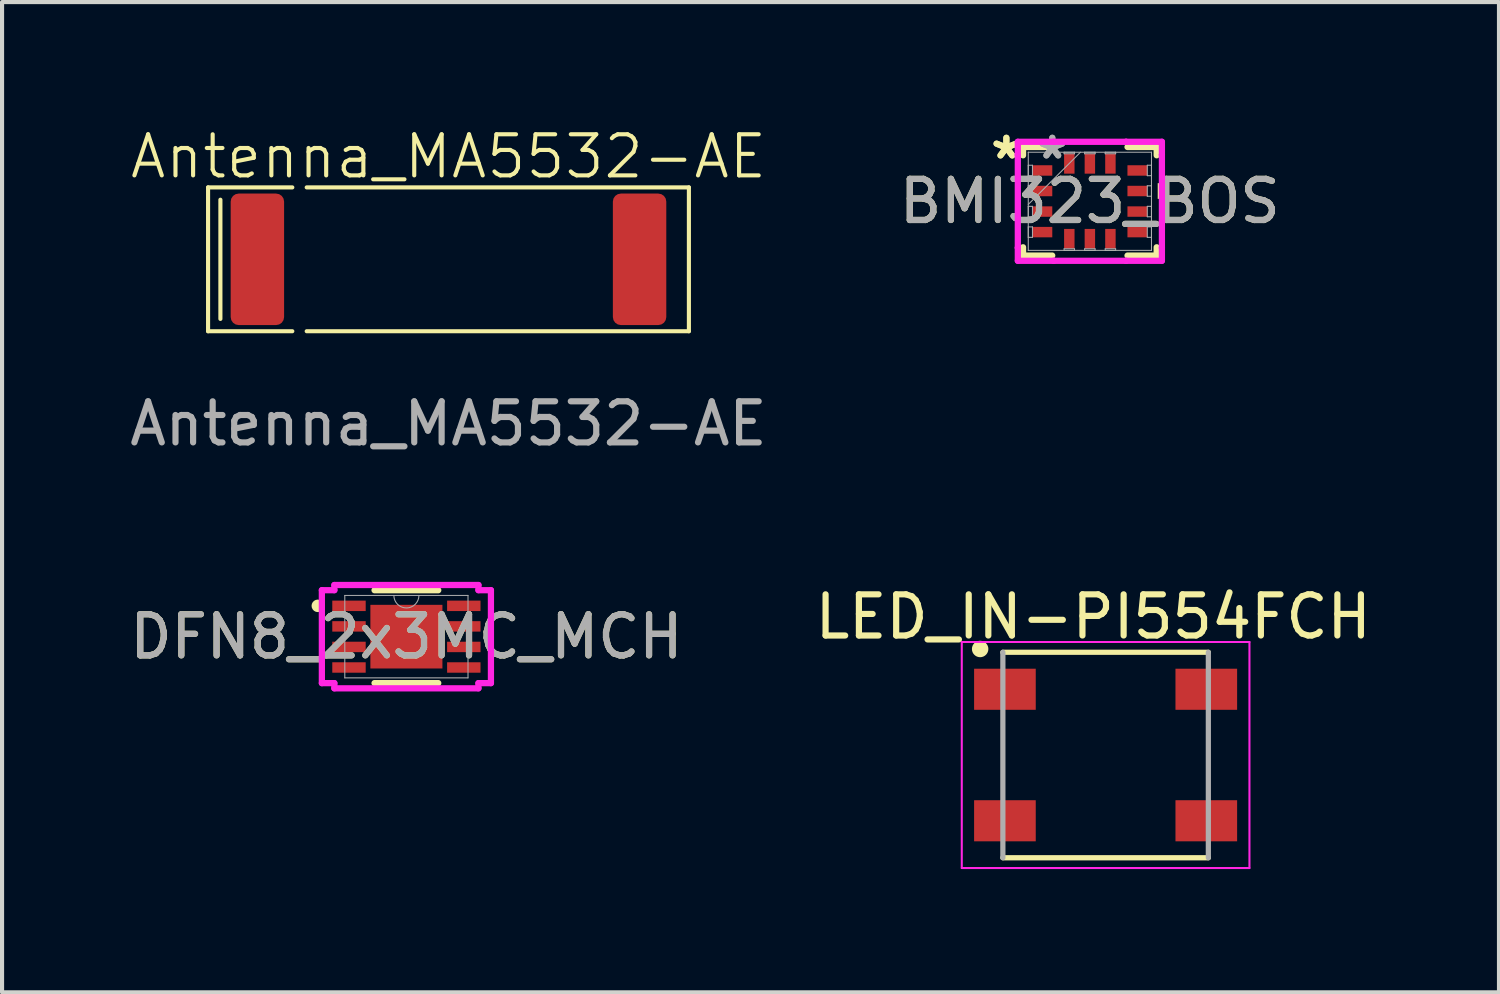
<source format=kicad_pcb>
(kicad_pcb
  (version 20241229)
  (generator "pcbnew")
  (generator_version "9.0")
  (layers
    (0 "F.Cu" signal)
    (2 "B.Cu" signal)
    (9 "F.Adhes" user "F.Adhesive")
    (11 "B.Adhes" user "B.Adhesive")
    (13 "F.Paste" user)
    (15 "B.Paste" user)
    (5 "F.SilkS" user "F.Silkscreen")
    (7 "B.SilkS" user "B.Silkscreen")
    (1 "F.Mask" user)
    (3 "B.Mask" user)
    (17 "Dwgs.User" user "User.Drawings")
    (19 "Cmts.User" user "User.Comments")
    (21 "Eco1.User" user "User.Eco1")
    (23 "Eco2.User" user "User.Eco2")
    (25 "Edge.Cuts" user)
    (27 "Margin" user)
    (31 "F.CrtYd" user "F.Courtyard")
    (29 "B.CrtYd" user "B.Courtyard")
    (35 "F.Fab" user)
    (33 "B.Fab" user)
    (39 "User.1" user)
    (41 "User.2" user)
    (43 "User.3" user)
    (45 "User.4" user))
  (footprint "Antenna_MA5532-AE"
    (layer "F.Cu")
    (at 7.863 3.26)
    (property "Reference" "Antenna_MA5532-AE" (at 0 -2.5 0) (unlocked yes) (layer "F.SilkS") (effects (font (size 1 1) (thickness 0.1))))
    (attr smd)
    (fp_line (start -5.85 -1.75) (end -5.85 1.75) (stroke (width 0.1) (type default)) (layer "F.SilkS"))
    (fp_line (start -5.85 -1.75) (end -3.8 -1.75) (stroke (width 0.1) (type default)) (layer "F.SilkS"))
    (fp_line (start -5.55 -1.45) (end -5.55 1.45) (stroke (width 0.1) (type default)) (layer "F.SilkS"))
    (fp_line (start -3.8 1.75) (end -5.85 1.75) (stroke (width 0.1) (type default)) (layer "F.SilkS"))
    (fp_line (start -3.45 -1.75) (end 5.85 -1.75) (stroke (width 0.1) (type default)) (layer "F.SilkS"))
    (fp_line (start 5.85 -1.75) (end 5.85 1.75) (stroke (width 0.1) (type default)) (layer "F.SilkS"))
    (fp_line (start 5.85 1.75) (end -3.45 1.75) (stroke (width 0.1) (type default)) (layer "F.SilkS"))
    (fp_text user "${REFERENCE}" (at 0 4 0) (unlocked yes) (layer "F.Fab") (effects (font (size 1 1) (thickness 0.15))))
    (pad "1" smd roundrect (at -4.65 0) (size 1.3 3.2) (layers "F.Cu" "F.Mask" "F.Paste") (roundrect_rratio 0.15))
    (pad "2" smd roundrect (at 4.65 0) (size 1.3 3.2) (layers "F.Cu" "F.Mask" "F.Paste") (roundrect_rratio 0.15)))
  (footprint "LED_IN-PI554FCH"
    (layer "F.Cu")
    (at 23.853 15.322)
    (property "Reference" "LED_IN-PI554FCH" (at -0.301 -3.364 0) (layer "F.SilkS") (effects (font (size 1.002 1.002) (thickness 0.15))))
    (attr smd)
    (fp_line (start -2.5 -2.5) (end 2.5 -2.5) (stroke (width 0.127) (type solid)) (layer "F.SilkS"))
    (fp_line (start 2.5 2.5) (end -2.5 2.5) (stroke (width 0.127) (type solid)) (layer "F.SilkS"))
    (fp_circle (center -3.053 -2.58) (end -2.853 -2.58) (stroke (width 0) (type solid)) (fill yes) (layer "F.SilkS"))
    (fp_line (start -3.5 -2.75) (end 3.5 -2.75) (stroke (width 0.05) (type solid)) (layer "F.CrtYd"))
    (fp_line (start -3.5 2.75) (end -3.5 -2.75) (stroke (width 0.05) (type solid)) (layer "F.CrtYd"))
    (fp_line (start 3.5 -2.75) (end 3.5 2.75) (stroke (width 0.05) (type solid)) (layer "F.CrtYd"))
    (fp_line (start 3.5 2.75) (end -3.5 2.75) (stroke (width 0.05) (type solid)) (layer "F.CrtYd"))
    (fp_line (start -2.5 -2.5) (end -2.5 2.5) (stroke (width 0.127) (type solid)) (layer "F.Fab"))
    (fp_line (start 2.5 -2.5) (end 2.5 2.5) (stroke (width 0.127) (type solid)) (layer "F.Fab"))
    (pad "1" smd rect (at -2.45 -1.6) (size 1.5 1) (layers "F.Cu" "F.Mask" "F.Paste"))
    (pad "2" smd rect (at -2.45 1.6) (size 1.5 1) (layers "F.Cu" "F.Mask" "F.Paste"))
    (pad "3" smd rect (at 2.45 1.6) (size 1.5 1) (layers "F.Cu" "F.Mask" "F.Paste"))
    (pad "4" smd rect (at 2.45 -1.6) (size 1.5 1) (layers "F.Cu" "F.Mask" "F.Paste")))
  (footprint "DFN8_2x3MC_MCH"
    (layer "F.Cu")
    (at 6.839 12.442)
    (property "Reference" "DFN8_2x3MC_MCH" (at 0 0 0) (unlocked yes) (layer "F.SilkS") (effects (font (size 1 1) (thickness 0.15))))
    (attr smd)
    (fp_line (start -0.775 1.13) (end 0.775 1.13) (stroke (width 0.152) (type solid)) (layer "F.SilkS"))
    (fp_line (start 0.775 -1.13) (end -0.775 -1.13) (stroke (width 0.152) (type solid)) (layer "F.SilkS"))
    (fp_arc (start -2.13614 -0.676171) (mid -2.2312 -0.75) (end -2.13614 -0.823829) (stroke (width 0.1524) (type solid)) (layer "F.SilkS"))
    (fp_line (start -2.057 -1.131) (end -1.753 -1.131) (stroke (width 0.152) (type solid)) (layer "F.CrtYd"))
    (fp_line (start -2.057 1.131) (end -2.057 -1.131) (stroke (width 0.152) (type solid)) (layer "F.CrtYd"))
    (fp_line (start -2.057 1.131) (end -1.753 1.131) (stroke (width 0.152) (type solid)) (layer "F.CrtYd"))
    (fp_line (start -1.753 -1.257) (end 1.753 -1.257) (stroke (width 0.152) (type solid)) (layer "F.CrtYd"))
    (fp_line (start -1.753 -1.131) (end -1.753 -1.257) (stroke (width 0.152) (type solid)) (layer "F.CrtYd"))
    (fp_line (start -1.753 1.257) (end -1.753 1.131) (stroke (width 0.152) (type solid)) (layer "F.CrtYd"))
    (fp_line (start 1.753 -1.257) (end 1.753 -1.131) (stroke (width 0.152) (type solid)) (layer "F.CrtYd"))
    (fp_line (start 1.753 1.131) (end 1.753 1.257) (stroke (width 0.152) (type solid)) (layer "F.CrtYd"))
    (fp_line (start 1.753 1.257) (end -1.753 1.257) (stroke (width 0.152) (type solid)) (layer "F.CrtYd"))
    (fp_line (start 2.057 -1.131) (end 1.753 -1.131) (stroke (width 0.152) (type solid)) (layer "F.CrtYd"))
    (fp_line (start 2.057 -1.131) (end 2.057 1.131) (stroke (width 0.152) (type solid)) (layer "F.CrtYd"))
    (fp_line (start 2.057 1.131) (end 1.753 1.131) (stroke (width 0.152) (type solid)) (layer "F.CrtYd"))
    (fp_line (start -1.499 -1.003) (end -1.499 1.003) (stroke (width 0.025) (type solid)) (layer "F.Fab"))
    (fp_line (start -1.499 1.003) (end 1.499 1.003) (stroke (width 0.025) (type solid)) (layer "F.Fab"))
    (fp_line (start 1.499 -1.003) (end -1.499 -1.003) (stroke (width 0.025) (type solid)) (layer "F.Fab"))
    (fp_line (start 1.499 1.003) (end 1.499 -1.003) (stroke (width 0.025) (type solid)) (layer "F.Fab"))
    (fp_arc (start 0.3048 -1.0033) (mid 0 -0.6985) (end -0.3048 -1.0033) (stroke (width 0.0254) (type solid)) (layer "F.Fab"))
    (fp_text user "${REFERENCE}" (at 0 0 0) (unlocked yes) (layer "F.Fab") (effects (font (size 1 1) (thickness 0.15))))
    (pad "1" smd rect (at -1.397 -0.75) (size 0.813 0.254) (layers "F.Cu" "F.Mask" "F.Paste"))
    (pad "2" smd rect (at -1.397 -0.25) (size 0.813 0.254) (layers "F.Cu" "F.Mask" "F.Paste"))
    (pad "3" smd rect (at -1.397 0.25) (size 0.813 0.254) (layers "F.Cu" "F.Mask" "F.Paste"))
    (pad "4" smd rect (at -1.397 0.75) (size 0.813 0.254) (layers "F.Cu" "F.Mask" "F.Paste"))
    (pad "5" smd rect (at 1.397 0.75) (size 0.813 0.254) (layers "F.Cu" "F.Mask" "F.Paste"))
    (pad "6" smd rect (at 1.397 0.25) (size 0.813 0.254) (layers "F.Cu" "F.Mask" "F.Paste"))
    (pad "7" smd rect (at 1.397 -0.25) (size 0.813 0.254) (layers "F.Cu" "F.Mask" "F.Paste"))
    (pad "8" smd rect (at 1.397 -0.75) (size 0.813 0.254) (layers "F.Cu" "F.Mask" "F.Paste"))
    (pad "9" smd rect (at 0 0) (size 1.753 1.549) (layers "F.Cu" "F.Mask" "F.Paste")))
  (footprint "BMI323_BOS"
    (layer "F.Cu")
    (at 23.47 1.848)
    (property "Reference" "BMI323_BOS" (at 0 0 0) (unlocked yes) (layer "F.SilkS") (effects (font (size 1 1) (thickness 0.15))))
    (attr smd)
    (fp_line (start -1.626 -1.321) (end -1.626 -1.119) (stroke (width 0.152) (type solid)) (layer "F.SilkS"))
    (fp_line (start -1.626 1.119) (end -1.626 1.321) (stroke (width 0.152) (type solid)) (layer "F.SilkS"))
    (fp_line (start -1.626 1.321) (end -0.916 1.321) (stroke (width 0.152) (type solid)) (layer "F.SilkS"))
    (fp_line (start -0.916 -1.321) (end -1.626 -1.321) (stroke (width 0.152) (type solid)) (layer "F.SilkS"))
    (fp_line (start 0.916 1.321) (end 1.626 1.321) (stroke (width 0.152) (type solid)) (layer "F.SilkS"))
    (fp_line (start 1.626 -1.321) (end 0.916 -1.321) (stroke (width 0.152) (type solid)) (layer "F.SilkS"))
    (fp_line (start 1.626 -1.119) (end 1.626 -1.321) (stroke (width 0.152) (type solid)) (layer "F.SilkS"))
    (fp_line (start 1.626 1.321) (end 1.626 1.119) (stroke (width 0.152) (type solid)) (layer "F.SilkS"))
    (fp_poly (pts (xy 1.905 -0.441) (xy 1.905 -0.059) (xy 1.651 -0.059) (xy 1.651 -0.441)) (stroke (width 0) (type solid)) (fill yes) (layer "F.SilkS"))
    (fp_line (start -1.753 -1.448) (end -0.881 -1.448) (stroke (width 0.152) (type solid)) (layer "F.CrtYd"))
    (fp_line (start -1.753 -1.131) (end -1.753 -1.448) (stroke (width 0.152) (type solid)) (layer "F.CrtYd"))
    (fp_line (start -1.753 -1.131) (end -1.753 -1.131) (stroke (width 0.152) (type solid)) (layer "F.CrtYd"))
    (fp_line (start -1.753 1.131) (end -1.753 -1.131) (stroke (width 0.152) (type solid)) (layer "F.CrtYd"))
    (fp_line (start -1.753 1.131) (end -1.753 1.131) (stroke (width 0.152) (type solid)) (layer "F.CrtYd"))
    (fp_line (start -1.753 1.448) (end -1.753 1.131) (stroke (width 0.152) (type solid)) (layer "F.CrtYd"))
    (fp_line (start -0.881 -1.448) (end -0.881 -1.448) (stroke (width 0.152) (type solid)) (layer "F.CrtYd"))
    (fp_line (start -0.881 -1.448) (end 0.881 -1.448) (stroke (width 0.152) (type solid)) (layer "F.CrtYd"))
    (fp_line (start -0.881 1.448) (end -1.753 1.448) (stroke (width 0.152) (type solid)) (layer "F.CrtYd"))
    (fp_line (start -0.881 1.448) (end -0.881 1.448) (stroke (width 0.152) (type solid)) (layer "F.CrtYd"))
    (fp_line (start 0.881 -1.448) (end 0.881 -1.448) (stroke (width 0.152) (type solid)) (layer "F.CrtYd"))
    (fp_line (start 0.881 -1.448) (end 1.753 -1.448) (stroke (width 0.152) (type solid)) (layer "F.CrtYd"))
    (fp_line (start 0.881 1.448) (end -0.881 1.448) (stroke (width 0.152) (type solid)) (layer "F.CrtYd"))
    (fp_line (start 0.881 1.448) (end 0.881 1.448) (stroke (width 0.152) (type solid)) (layer "F.CrtYd"))
    (fp_line (start 1.753 -1.448) (end 1.753 -1.131) (stroke (width 0.152) (type solid)) (layer "F.CrtYd"))
    (fp_line (start 1.753 -1.131) (end 1.753 -1.131) (stroke (width 0.152) (type solid)) (layer "F.CrtYd"))
    (fp_line (start 1.753 -1.131) (end 1.753 1.131) (stroke (width 0.152) (type solid)) (layer "F.CrtYd"))
    (fp_line (start 1.753 1.131) (end 1.753 1.131) (stroke (width 0.152) (type solid)) (layer "F.CrtYd"))
    (fp_line (start 1.753 1.131) (end 1.753 1.448) (stroke (width 0.152) (type solid)) (layer "F.CrtYd"))
    (fp_line (start 1.753 1.448) (end 0.881 1.448) (stroke (width 0.152) (type solid)) (layer "F.CrtYd"))
    (fp_line (start -1.499 -1.194) (end -1.499 -1.194) (stroke (width 0.025) (type solid)) (layer "F.Fab"))
    (fp_line (start -1.499 -1.194) (end -1.499 1.194) (stroke (width 0.025) (type solid)) (layer "F.Fab"))
    (fp_line (start -1.499 -0.877) (end -1.397 -0.877) (stroke (width 0.025) (type solid)) (layer "F.Fab"))
    (fp_line (start -1.499 -0.623) (end -1.499 -0.877) (stroke (width 0.025) (type solid)) (layer "F.Fab"))
    (fp_line (start -1.499 -0.377) (end -1.397 -0.377) (stroke (width 0.025) (type solid)) (layer "F.Fab"))
    (fp_line (start -1.499 -0.123) (end -1.499 -0.377) (stroke (width 0.025) (type solid)) (layer "F.Fab"))
    (fp_line (start -1.499 0.076) (end -0.229 -1.194) (stroke (width 0.025) (type solid)) (layer "F.Fab"))
    (fp_line (start -1.499 0.123) (end -1.397 0.123) (stroke (width 0.025) (type solid)) (layer "F.Fab"))
    (fp_line (start -1.499 0.377) (end -1.499 0.123) (stroke (width 0.025) (type solid)) (layer "F.Fab"))
    (fp_line (start -1.499 0.623) (end -1.397 0.623) (stroke (width 0.025) (type solid)) (layer "F.Fab"))
    (fp_line (start -1.499 0.877) (end -1.499 0.623) (stroke (width 0.025) (type solid)) (layer "F.Fab"))
    (fp_line (start -1.499 1.194) (end -1.499 1.194) (stroke (width 0.025) (type solid)) (layer "F.Fab"))
    (fp_line (start -1.499 1.194) (end 1.499 1.194) (stroke (width 0.025) (type solid)) (layer "F.Fab"))
    (fp_line (start -1.397 -0.877) (end -1.397 -0.623) (stroke (width 0.025) (type solid)) (layer "F.Fab"))
    (fp_line (start -1.397 -0.623) (end -1.499 -0.623) (stroke (width 0.025) (type solid)) (layer "F.Fab"))
    (fp_line (start -1.397 -0.377) (end -1.397 -0.123) (stroke (width 0.025) (type solid)) (layer "F.Fab"))
    (fp_line (start -1.397 -0.123) (end -1.499 -0.123) (stroke (width 0.025) (type solid)) (layer "F.Fab"))
    (fp_line (start -1.397 0.123) (end -1.397 0.377) (stroke (width 0.025) (type solid)) (layer "F.Fab"))
    (fp_line (start -1.397 0.377) (end -1.499 0.377) (stroke (width 0.025) (type solid)) (layer "F.Fab"))
    (fp_line (start -1.397 0.623) (end -1.397 0.877) (stroke (width 0.025) (type solid)) (layer "F.Fab"))
    (fp_line (start -1.397 0.877) (end -1.499 0.877) (stroke (width 0.025) (type solid)) (layer "F.Fab"))
    (fp_line (start -0.627 -1.194) (end -0.373 -1.194) (stroke (width 0.025) (type solid)) (layer "F.Fab"))
    (fp_line (start -0.627 -1.156) (end -0.627 -1.194) (stroke (width 0.025) (type solid)) (layer "F.Fab"))
    (fp_line (start -0.627 1.156) (end -0.373 1.156) (stroke (width 0.025) (type solid)) (layer "F.Fab"))
    (fp_line (start -0.627 1.194) (end -0.627 1.156) (stroke (width 0.025) (type solid)) (layer "F.Fab"))
    (fp_line (start -0.373 -1.194) (end -0.373 -1.156) (stroke (width 0.025) (type solid)) (layer "F.Fab"))
    (fp_line (start -0.373 -1.156) (end -0.627 -1.156) (stroke (width 0.025) (type solid)) (layer "F.Fab"))
    (fp_line (start -0.373 1.156) (end -0.373 1.194) (stroke (width 0.025) (type solid)) (layer "F.Fab"))
    (fp_line (start -0.373 1.194) (end -0.627 1.194) (stroke (width 0.025) (type solid)) (layer "F.Fab"))
    (fp_line (start -0.127 -1.194) (end 0.127 -1.194) (stroke (width 0.025) (type solid)) (layer "F.Fab"))
    (fp_line (start -0.127 -1.156) (end -0.127 -1.194) (stroke (width 0.025) (type solid)) (layer "F.Fab"))
    (fp_line (start -0.127 1.156) (end 0.127 1.156) (stroke (width 0.025) (type solid)) (layer "F.Fab"))
    (fp_line (start -0.127 1.194) (end -0.127 1.156) (stroke (width 0.025) (type solid)) (layer "F.Fab"))
    (fp_line (start 0.127 -1.194) (end 0.127 -1.156) (stroke (width 0.025) (type solid)) (layer "F.Fab"))
    (fp_line (start 0.127 -1.156) (end -0.127 -1.156) (stroke (width 0.025) (type solid)) (layer "F.Fab"))
    (fp_line (start 0.127 1.156) (end 0.127 1.194) (stroke (width 0.025) (type solid)) (layer "F.Fab"))
    (fp_line (start 0.127 1.194) (end -0.127 1.194) (stroke (width 0.025) (type solid)) (layer "F.Fab"))
    (fp_line (start 0.373 -1.194) (end 0.627 -1.194) (stroke (width 0.025) (type solid)) (layer "F.Fab"))
    (fp_line (start 0.373 -1.156) (end 0.373 -1.194) (stroke (width 0.025) (type solid)) (layer "F.Fab"))
    (fp_line (start 0.373 1.156) (end 0.627 1.156) (stroke (width 0.025) (type solid)) (layer "F.Fab"))
    (fp_line (start 0.373 1.194) (end 0.373 1.156) (stroke (width 0.025) (type solid)) (layer "F.Fab"))
    (fp_line (start 0.627 -1.194) (end 0.627 -1.156) (stroke (width 0.025) (type solid)) (layer "F.Fab"))
    (fp_line (start 0.627 -1.156) (end 0.373 -1.156) (stroke (width 0.025) (type solid)) (layer "F.Fab"))
    (fp_line (start 0.627 1.156) (end 0.627 1.194) (stroke (width 0.025) (type solid)) (layer "F.Fab"))
    (fp_line (start 0.627 1.194) (end 0.373 1.194) (stroke (width 0.025) (type solid)) (layer "F.Fab"))
    (fp_line (start 1.397 -0.877) (end 1.499 -0.877) (stroke (width 0.025) (type solid)) (layer "F.Fab"))
    (fp_line (start 1.397 -0.623) (end 1.397 -0.877) (stroke (width 0.025) (type solid)) (layer "F.Fab"))
    (fp_line (start 1.397 -0.377) (end 1.499 -0.377) (stroke (width 0.025) (type solid)) (layer "F.Fab"))
    (fp_line (start 1.397 -0.123) (end 1.397 -0.377) (stroke (width 0.025) (type solid)) (layer "F.Fab"))
    (fp_line (start 1.397 0.123) (end 1.499 0.123) (stroke (width 0.025) (type solid)) (layer "F.Fab"))
    (fp_line (start 1.397 0.377) (end 1.397 0.123) (stroke (width 0.025) (type solid)) (layer "F.Fab"))
    (fp_line (start 1.397 0.623) (end 1.499 0.623) (stroke (width 0.025) (type solid)) (layer "F.Fab"))
    (fp_line (start 1.397 0.877) (end 1.397 0.623) (stroke (width 0.025) (type solid)) (layer "F.Fab"))
    (fp_line (start 1.499 -1.194) (end -1.499 -1.194) (stroke (width 0.025) (type solid)) (layer "F.Fab"))
    (fp_line (start 1.499 -1.194) (end 1.499 -1.194) (stroke (width 0.025) (type solid)) (layer "F.Fab"))
    (fp_line (start 1.499 -0.877) (end 1.499 -0.623) (stroke (width 0.025) (type solid)) (layer "F.Fab"))
    (fp_line (start 1.499 -0.623) (end 1.397 -0.623) (stroke (width 0.025) (type solid)) (layer "F.Fab"))
    (fp_line (start 1.499 -0.377) (end 1.499 -0.123) (stroke (width 0.025) (type solid)) (layer "F.Fab"))
    (fp_line (start 1.499 -0.123) (end 1.397 -0.123) (stroke (width 0.025) (type solid)) (layer "F.Fab"))
    (fp_line (start 1.499 0.123) (end 1.499 0.377) (stroke (width 0.025) (type solid)) (layer "F.Fab"))
    (fp_line (start 1.499 0.377) (end 1.397 0.377) (stroke (width 0.025) (type solid)) (layer "F.Fab"))
    (fp_line (start 1.499 0.623) (end 1.499 0.877) (stroke (width 0.025) (type solid)) (layer "F.Fab"))
    (fp_line (start 1.499 0.877) (end 1.397 0.877) (stroke (width 0.025) (type solid)) (layer "F.Fab"))
    (fp_line (start 1.499 1.194) (end 1.499 -1.194) (stroke (width 0.025) (type solid)) (layer "F.Fab"))
    (fp_line (start 1.499 1.194) (end 1.499 1.194) (stroke (width 0.025) (type solid)) (layer "F.Fab"))
    (fp_text user "*" (at -2.032 -1 0) (layer "F.SilkS") (effects (font (size 1 1) (thickness 0.15))))
    (fp_text user "*" (at -2.032 -1 0) (unlocked yes) (layer "F.SilkS") (effects (font (size 1 1) (thickness 0.15))))
    (fp_text user "*" (at -0.914 -1 0) (unlocked yes) (layer "F.Fab") (effects (font (size 1 1) (thickness 0.15))))
    (fp_text user "*" (at -0.914 -1 0) (layer "F.Fab") (effects (font (size 1 1) (thickness 0.15))))
    (fp_text user "${REFERENCE}" (at 0 0 0) (unlocked yes) (layer "F.Fab") (effects (font (size 1 1) (thickness 0.15))))
    (pad "1" smd rect (at -1.156 -0.75 90) (size 0.254 0.483) (layers "F.Cu" "F.Mask" "F.Paste"))
    (pad "2" smd rect (at -1.156 -0.25 90) (size 0.254 0.483) (layers "F.Cu" "F.Mask" "F.Paste"))
    (pad "3" smd rect (at -1.156 0.25 90) (size 0.254 0.483) (layers "F.Cu" "F.Mask" "F.Paste"))
    (pad "4" smd rect (at -1.156 0.75 90) (size 0.254 0.483) (layers "F.Cu" "F.Mask" "F.Paste"))
    (pad "5" smd rect (at -0.5 0.914) (size 0.254 0.483) (layers "F.Cu" "F.Mask" "F.Paste"))
    (pad "6" smd rect (at 0 0.914) (size 0.254 0.483) (layers "F.Cu" "F.Mask" "F.Paste"))
    (pad "7" smd rect (at 0.5 0.914) (size 0.254 0.483) (layers "F.Cu" "F.Mask" "F.Paste"))
    (pad "8" smd rect (at 1.156 0.75 90) (size 0.254 0.483) (layers "F.Cu" "F.Mask" "F.Paste"))
    (pad "9" smd rect (at 1.156 0.25 90) (size 0.254 0.483) (layers "F.Cu" "F.Mask" "F.Paste"))
    (pad "10" smd rect (at 1.156 -0.25 90) (size 0.254 0.483) (layers "F.Cu" "F.Mask" "F.Paste"))
    (pad "11" smd rect (at 1.156 -0.75 90) (size 0.254 0.483) (layers "F.Cu" "F.Mask" "F.Paste"))
    (pad "12" smd rect (at 0.5 -0.914) (size 0.254 0.483) (layers "F.Cu" "F.Mask" "F.Paste"))
    (pad "13" smd rect (at 0 -0.914) (size 0.254 0.483) (layers "F.Cu" "F.Mask" "F.Paste"))
    (pad "14" smd rect (at -0.5 -0.914) (size 0.254 0.483) (layers "F.Cu" "F.Mask" "F.Paste")))
  (gr_rect
    (start -3 -3)
    (end 33.425 21.097)
    (stroke (width 0.1) (type default))
    (fill no)
    (layer "Edge.Cuts")))
</source>
